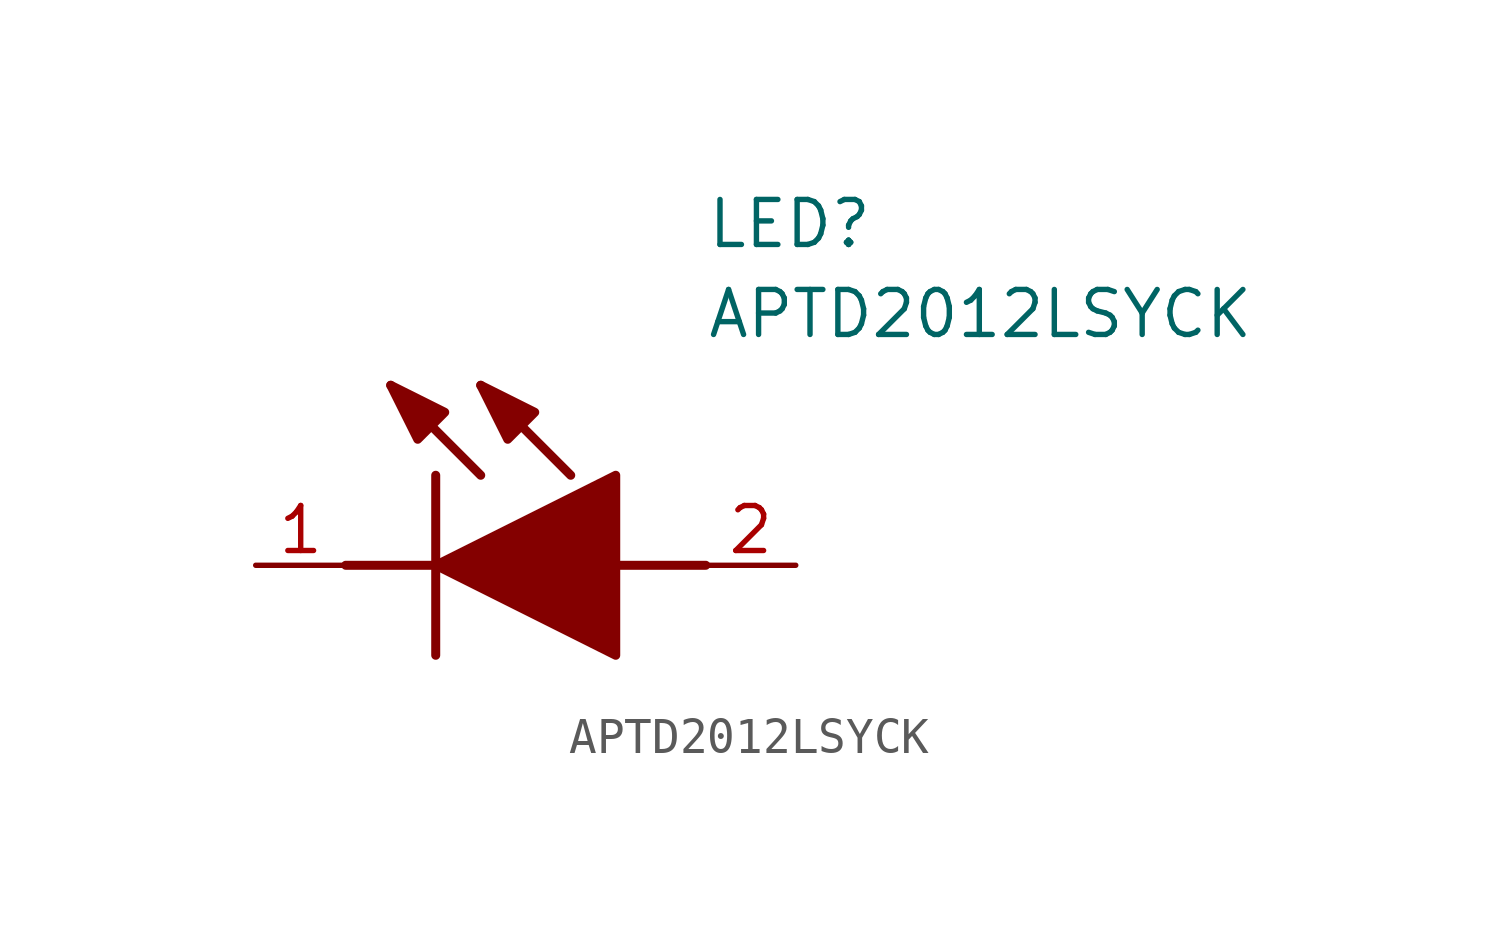
<source format=kicad_sym>
(kicad_symbol_lib
  (version 20211014)
  (generator SamacSys_ECAD_Model)
  (symbol "APTD2012LSYCK"
    (pin_names hide)
    (property "Reference" "LED"
      (at 12.7 8.89 0)
      (effects (font (size 1.27 1.27)) (justify left bottom)))
    (property "Value" "APTD2012LSYCK"
      (at 12.7 6.35 0)
      (effects (font (size 1.27 1.27)) (justify left bottom)))
    (polyline
      (pts (xy 5.08 2.54) (xy 5.08 -2.54))
      (stroke (width 0.254) (type default))
      (fill (type none)))
    (polyline
      (pts (xy 6.35 2.54) (xy 3.81 5.08))
      (stroke (width 0.254) (type default))
      (fill (type none)))
    (polyline
      (pts (xy 8.89 2.54) (xy 6.35 5.08))
      (stroke (width 0.254) (type default))
      (fill (type none)))
    (polyline
      (pts (xy 2.54 0) (xy 5.08 0))
      (stroke (width 0.254) (type default))
      (fill (type none)))
    (polyline
      (pts (xy 10.16 0) (xy 12.7 0))
      (stroke (width 0.254) (type default))
      (fill (type none)))
    (polyline
      (pts (xy 5.08 0) (xy 10.16 2.54) (xy 10.16 -2.54) (xy 5.08 0))
      (stroke (width 0.254) (type default))
      (fill (type outline)))
    (polyline
      (pts (xy 5.334 4.318) (xy 4.572 3.556) (xy 3.81 5.08) (xy 5.334 4.318))
      (stroke (width 0.254) (type default))
      (fill (type outline)))
    (polyline
      (pts (xy 7.874 4.318) (xy 7.112 3.556) (xy 6.35 5.08) (xy 7.874 4.318))
      (stroke (width 0.254) (type default))
      (fill (type outline)))
    (pin passive line
      (at 0 0 0)
      (length 2.54)
      (name "K" (effects (font (size 1.27 1.27))))
      (number "1" (effects (font (size 1.27 1.27)))))
    (pin passive line
      (at 15.24 0 180)
      (length 2.54)
      (name "A" (effects (font (size 1.27 1.27))))
      (number "2" (effects (font (size 1.27 1.27)))))))
</source>
